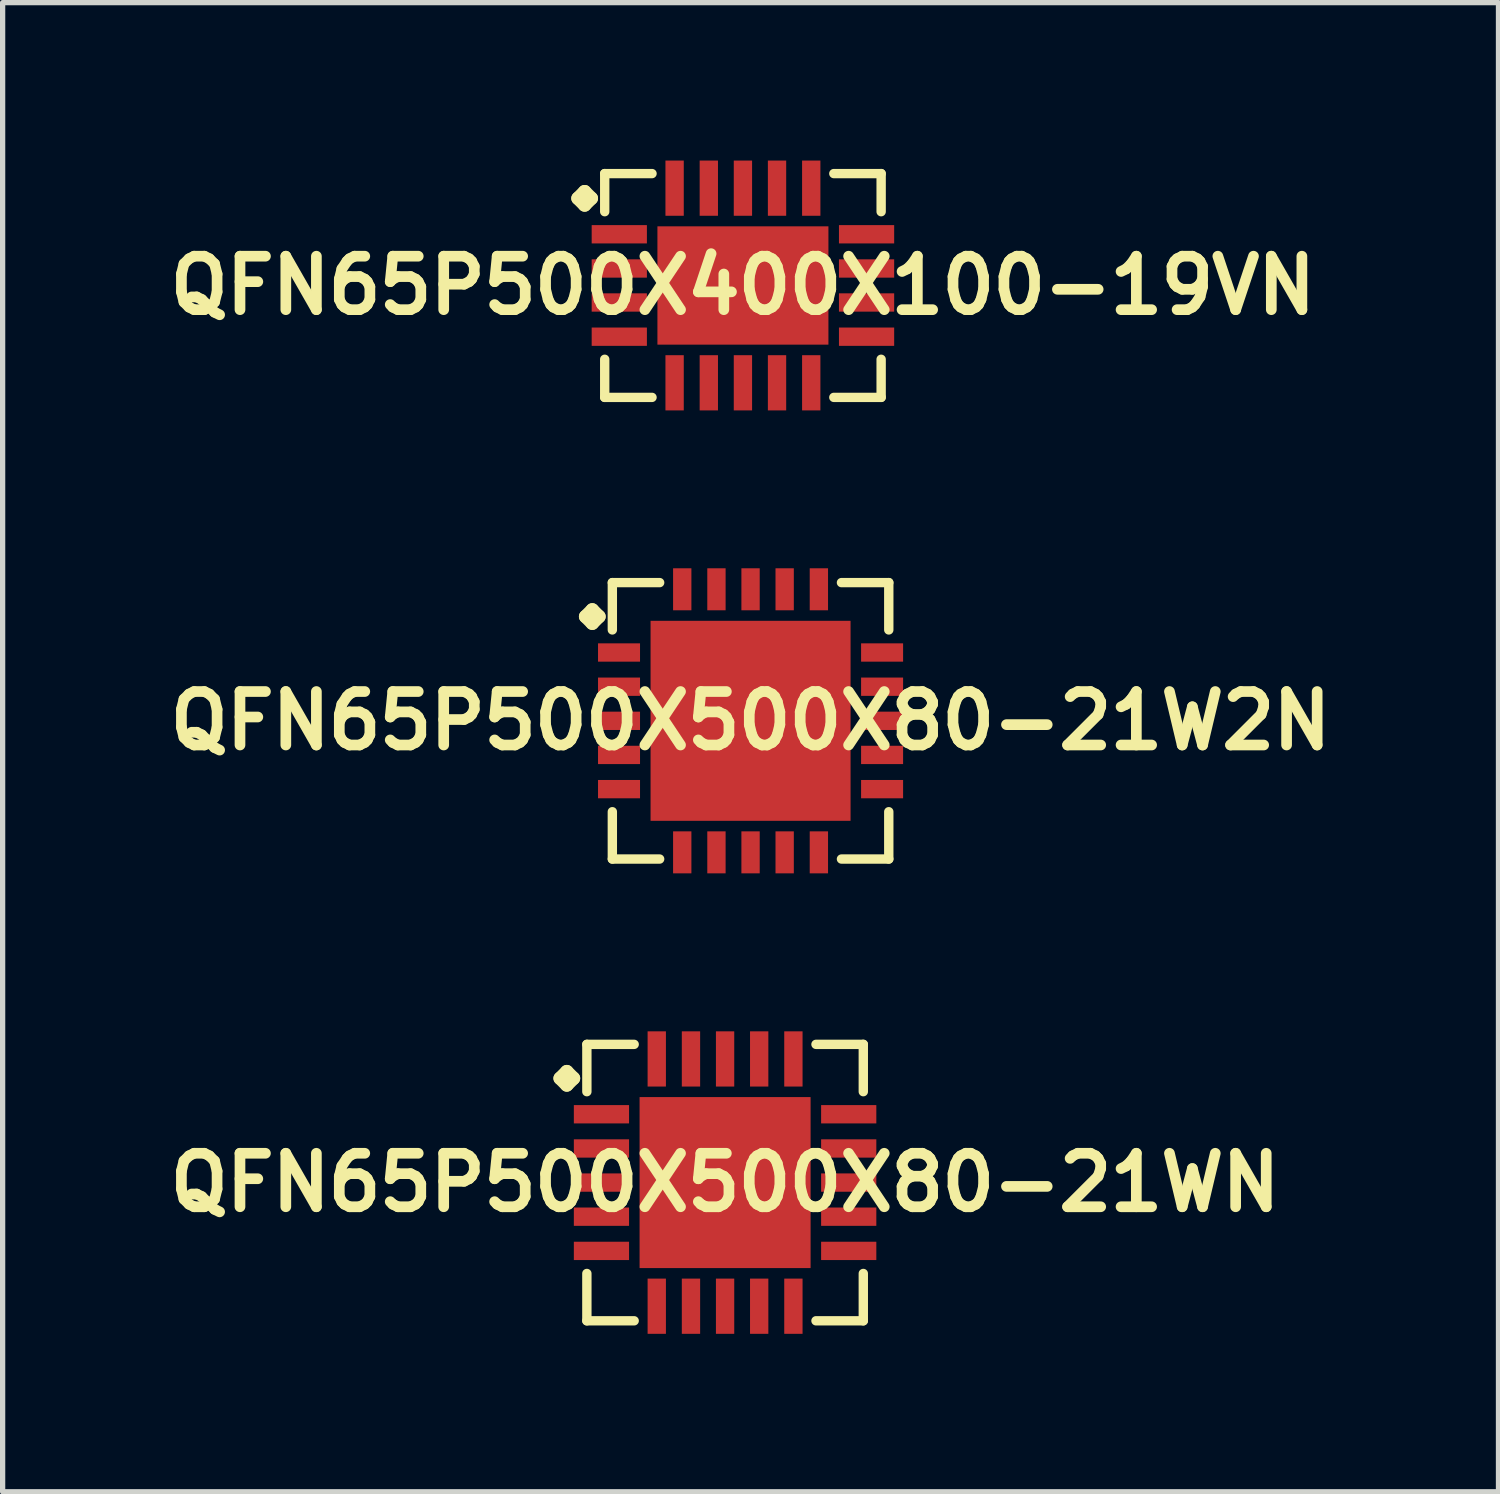
<source format=kicad_pcb>
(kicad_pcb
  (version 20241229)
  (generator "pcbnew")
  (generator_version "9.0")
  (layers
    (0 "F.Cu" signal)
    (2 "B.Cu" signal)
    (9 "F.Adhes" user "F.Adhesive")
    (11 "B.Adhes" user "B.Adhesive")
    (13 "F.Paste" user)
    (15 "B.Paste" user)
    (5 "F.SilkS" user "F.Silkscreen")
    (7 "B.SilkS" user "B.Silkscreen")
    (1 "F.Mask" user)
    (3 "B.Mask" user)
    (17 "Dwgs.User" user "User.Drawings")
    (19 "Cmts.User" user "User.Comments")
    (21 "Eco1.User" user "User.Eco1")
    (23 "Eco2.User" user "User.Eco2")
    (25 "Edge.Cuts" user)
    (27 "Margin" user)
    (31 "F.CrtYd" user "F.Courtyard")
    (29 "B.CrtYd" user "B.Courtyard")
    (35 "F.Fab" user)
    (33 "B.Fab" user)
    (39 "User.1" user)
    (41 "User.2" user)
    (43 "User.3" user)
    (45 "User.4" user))
  (footprint "QFN65P500X500X80-21WN"
    (layer "F.Cu")
    (at 10.726 19.418)
    (property "Reference" "QFN65P500X500X80-21WN" (at 0 0 0) (layer "F.SilkS") (effects (font (size 1.016 1.016) (thickness 0.203))))
    (attr smd)
    (fp_line (start -3.134 -1.981) (end -3.007 -2.108) (stroke (width 0.254) (type solid)) (layer "F.SilkS"))
    (fp_line (start -3.007 -2.108) (end -2.88 -1.981) (stroke (width 0.254) (type solid)) (layer "F.SilkS"))
    (fp_line (start -3.007 -1.854) (end -3.134 -1.981) (stroke (width 0.254) (type solid)) (layer "F.SilkS"))
    (fp_line (start -2.88 -1.981) (end -3.007 -1.854) (stroke (width 0.254) (type solid)) (layer "F.SilkS"))
    (fp_line (start -2.626 -2.626) (end -1.727 -2.626) (stroke (width 0.178) (type solid)) (layer "F.SilkS"))
    (fp_line (start -2.626 -1.727) (end -2.626 -2.626) (stroke (width 0.178) (type solid)) (layer "F.SilkS"))
    (fp_line (start -2.626 1.727) (end -2.626 2.626) (stroke (width 0.178) (type solid)) (layer "F.SilkS"))
    (fp_line (start -2.626 2.626) (end -1.727 2.626) (stroke (width 0.178) (type solid)) (layer "F.SilkS"))
    (fp_line (start 1.727 -2.626) (end 2.626 -2.626) (stroke (width 0.178) (type solid)) (layer "F.SilkS"))
    (fp_line (start 1.727 2.626) (end 2.626 2.626) (stroke (width 0.178) (type solid)) (layer "F.SilkS"))
    (fp_line (start 2.626 -2.626) (end 2.626 -1.727) (stroke (width 0.178) (type solid)) (layer "F.SilkS"))
    (fp_line (start 2.626 2.626) (end 2.626 1.727) (stroke (width 0.178) (type solid)) (layer "F.SilkS"))
    (pad "1" smd rect (at -2.349 -1.298) (size 1.049 0.348) (layers "F.Cu" "F.Mask" "F.Paste"))
    (pad "2" smd rect (at -2.349 -0.648) (size 1.049 0.348) (layers "F.Cu" "F.Mask" "F.Paste"))
    (pad "3" smd rect (at -2.349 0) (size 1.049 0.348) (layers "F.Cu" "F.Mask" "F.Paste"))
    (pad "4" smd rect (at -2.349 0.648) (size 1.049 0.348) (layers "F.Cu" "F.Mask" "F.Paste"))
    (pad "5" smd rect (at -2.349 1.298) (size 1.049 0.348) (layers "F.Cu" "F.Mask" "F.Paste"))
    (pad "6" smd rect (at -1.298 2.349) (size 0.348 1.049) (layers "F.Cu" "F.Mask" "F.Paste"))
    (pad "7" smd rect (at -0.648 2.349) (size 0.348 1.049) (layers "F.Cu" "F.Mask" "F.Paste"))
    (pad "8" smd rect (at 0 2.349) (size 0.348 1.049) (layers "F.Cu" "F.Mask" "F.Paste"))
    (pad "9" smd rect (at 0.648 2.349) (size 0.348 1.049) (layers "F.Cu" "F.Mask" "F.Paste"))
    (pad "10" smd rect (at 1.298 2.349) (size 0.348 1.049) (layers "F.Cu" "F.Mask" "F.Paste"))
    (pad "11" smd rect (at 2.349 1.298) (size 1.049 0.348) (layers "F.Cu" "F.Mask" "F.Paste"))
    (pad "12" smd rect (at 2.349 0.648) (size 1.049 0.348) (layers "F.Cu" "F.Mask" "F.Paste"))
    (pad "13" smd rect (at 2.349 0) (size 1.049 0.348) (layers "F.Cu" "F.Mask" "F.Paste"))
    (pad "14" smd rect (at 2.349 -0.648) (size 1.049 0.348) (layers "F.Cu" "F.Mask" "F.Paste"))
    (pad "15" smd rect (at 2.349 -1.298) (size 1.049 0.348) (layers "F.Cu" "F.Mask" "F.Paste"))
    (pad "16" smd rect (at 1.298 -2.349) (size 0.348 1.049) (layers "F.Cu" "F.Mask" "F.Paste"))
    (pad "17" smd rect (at 0.648 -2.349) (size 0.348 1.049) (layers "F.Cu" "F.Mask" "F.Paste"))
    (pad "18" smd rect (at 0 -2.349) (size 0.348 1.049) (layers "F.Cu" "F.Mask" "F.Paste"))
    (pad "19" smd rect (at -0.648 -2.349) (size 0.348 1.049) (layers "F.Cu" "F.Mask" "F.Paste"))
    (pad "20" smd rect (at -1.298 -2.349) (size 0.348 1.049) (layers "F.Cu" "F.Mask" "F.Paste"))
    (pad "21" smd rect (at 0 0) (size 3.249 3.249) (layers "F.Cu" "F.Mask" "F.Paste")))
  (footprint "QFN65P500X400X100-19VN"
    (layer "F.Cu")
    (at 11.065 2.374)
    (property "Reference" "QFN65P500X400X100-19VN" (at 0 0 0) (layer "F.SilkS") (effects (font (size 1.016 1.016) (thickness 0.203))))
    (attr smd)
    (fp_line (start -3.134 -1.656) (end -3.007 -1.783) (stroke (width 0.254) (type solid)) (layer "F.SilkS"))
    (fp_line (start -3.007 -1.783) (end -2.88 -1.656) (stroke (width 0.254) (type solid)) (layer "F.SilkS"))
    (fp_line (start -3.007 -1.529) (end -3.134 -1.656) (stroke (width 0.254) (type solid)) (layer "F.SilkS"))
    (fp_line (start -2.88 -1.656) (end -3.007 -1.529) (stroke (width 0.254) (type solid)) (layer "F.SilkS"))
    (fp_line (start -2.626 -2.126) (end -1.727 -2.126) (stroke (width 0.178) (type solid)) (layer "F.SilkS"))
    (fp_line (start -2.626 -1.402) (end -2.626 -2.126) (stroke (width 0.178) (type solid)) (layer "F.SilkS"))
    (fp_line (start -2.626 1.402) (end -2.626 2.126) (stroke (width 0.178) (type solid)) (layer "F.SilkS"))
    (fp_line (start -2.626 2.126) (end -1.727 2.126) (stroke (width 0.178) (type solid)) (layer "F.SilkS"))
    (fp_line (start 1.727 -2.126) (end 2.626 -2.126) (stroke (width 0.178) (type solid)) (layer "F.SilkS"))
    (fp_line (start 1.727 2.126) (end 2.626 2.126) (stroke (width 0.178) (type solid)) (layer "F.SilkS"))
    (fp_line (start 2.626 -2.126) (end 2.626 -1.402) (stroke (width 0.178) (type solid)) (layer "F.SilkS"))
    (fp_line (start 2.626 2.126) (end 2.626 1.402) (stroke (width 0.178) (type solid)) (layer "F.SilkS"))
    (pad "1" smd rect (at -2.349 -0.973) (size 1.049 0.348) (layers "F.Cu" "F.Mask" "F.Paste"))
    (pad "2" smd rect (at -2.349 -0.323) (size 1.049 0.348) (layers "F.Cu" "F.Mask" "F.Paste"))
    (pad "3" smd rect (at -2.349 0.323) (size 1.049 0.348) (layers "F.Cu" "F.Mask" "F.Paste"))
    (pad "4" smd rect (at -2.349 0.973) (size 1.049 0.348) (layers "F.Cu" "F.Mask" "F.Paste"))
    (pad "5" smd rect (at -1.298 1.849) (size 0.348 1.049) (layers "F.Cu" "F.Mask" "F.Paste"))
    (pad "6" smd rect (at -0.648 1.849) (size 0.348 1.049) (layers "F.Cu" "F.Mask" "F.Paste"))
    (pad "7" smd rect (at 0 1.849) (size 0.348 1.049) (layers "F.Cu" "F.Mask" "F.Paste"))
    (pad "8" smd rect (at 0.648 1.849) (size 0.348 1.049) (layers "F.Cu" "F.Mask" "F.Paste"))
    (pad "9" smd rect (at 1.298 1.849) (size 0.348 1.049) (layers "F.Cu" "F.Mask" "F.Paste"))
    (pad "10" smd rect (at 2.349 0.973) (size 1.049 0.348) (layers "F.Cu" "F.Mask" "F.Paste"))
    (pad "11" smd rect (at 2.349 0.323) (size 1.049 0.348) (layers "F.Cu" "F.Mask" "F.Paste"))
    (pad "12" smd rect (at 2.349 -0.323) (size 1.049 0.348) (layers "F.Cu" "F.Mask" "F.Paste"))
    (pad "13" smd rect (at 2.349 -0.973) (size 1.049 0.348) (layers "F.Cu" "F.Mask" "F.Paste"))
    (pad "14" smd rect (at 1.298 -1.849) (size 0.348 1.049) (layers "F.Cu" "F.Mask" "F.Paste"))
    (pad "15" smd rect (at 0.648 -1.849) (size 0.348 1.049) (layers "F.Cu" "F.Mask" "F.Paste"))
    (pad "16" smd rect (at 0 -1.849) (size 0.348 1.049) (layers "F.Cu" "F.Mask" "F.Paste"))
    (pad "17" smd rect (at -0.648 -1.849) (size 0.348 1.049) (layers "F.Cu" "F.Mask" "F.Paste"))
    (pad "18" smd rect (at -1.298 -1.849) (size 0.348 1.049) (layers "F.Cu" "F.Mask" "F.Paste"))
    (pad "19" smd rect (at 0 0) (size 3.249 2.248) (layers "F.Cu" "F.Mask" "F.Paste")))
  (footprint "QFN65P500X500X80-21W2N"
    (layer "F.Cu")
    (at 11.21 10.645)
    (property "Reference" "QFN65P500X500X80-21W2N" (at 0 0 0) (layer "F.SilkS") (effects (font (size 1.016 1.016) (thickness 0.203))))
    (attr smd)
    (fp_line (start -3.134 -1.981) (end -3.007 -2.108) (stroke (width 0.254) (type solid)) (layer "F.SilkS"))
    (fp_line (start -3.007 -2.108) (end -2.88 -1.981) (stroke (width 0.254) (type solid)) (layer "F.SilkS"))
    (fp_line (start -3.007 -1.854) (end -3.134 -1.981) (stroke (width 0.254) (type solid)) (layer "F.SilkS"))
    (fp_line (start -2.88 -1.981) (end -3.007 -1.854) (stroke (width 0.254) (type solid)) (layer "F.SilkS"))
    (fp_line (start -2.626 -2.626) (end -1.727 -2.626) (stroke (width 0.178) (type solid)) (layer "F.SilkS"))
    (fp_line (start -2.626 -1.727) (end -2.626 -2.626) (stroke (width 0.178) (type solid)) (layer "F.SilkS"))
    (fp_line (start -2.626 1.727) (end -2.626 2.626) (stroke (width 0.178) (type solid)) (layer "F.SilkS"))
    (fp_line (start -2.626 2.626) (end -1.727 2.626) (stroke (width 0.178) (type solid)) (layer "F.SilkS"))
    (fp_line (start 1.727 -2.626) (end 2.626 -2.626) (stroke (width 0.178) (type solid)) (layer "F.SilkS"))
    (fp_line (start 1.727 2.626) (end 2.626 2.626) (stroke (width 0.178) (type solid)) (layer "F.SilkS"))
    (fp_line (start 2.626 -2.626) (end 2.626 -1.727) (stroke (width 0.178) (type solid)) (layer "F.SilkS"))
    (fp_line (start 2.626 2.626) (end 2.626 1.727) (stroke (width 0.178) (type solid)) (layer "F.SilkS"))
    (pad "1" smd rect (at -2.499 -1.298) (size 0.798 0.348) (layers "F.Cu" "F.Mask" "F.Paste"))
    (pad "2" smd rect (at -2.499 -0.648) (size 0.798 0.348) (layers "F.Cu" "F.Mask" "F.Paste"))
    (pad "3" smd rect (at -2.499 0) (size 0.798 0.348) (layers "F.Cu" "F.Mask" "F.Paste"))
    (pad "4" smd rect (at -2.499 0.648) (size 0.798 0.348) (layers "F.Cu" "F.Mask" "F.Paste"))
    (pad "5" smd rect (at -2.499 1.298) (size 0.798 0.348) (layers "F.Cu" "F.Mask" "F.Paste"))
    (pad "6" smd rect (at -1.298 2.499) (size 0.348 0.798) (layers "F.Cu" "F.Mask" "F.Paste"))
    (pad "7" smd rect (at -0.648 2.499) (size 0.348 0.798) (layers "F.Cu" "F.Mask" "F.Paste"))
    (pad "8" smd rect (at 0 2.499) (size 0.348 0.798) (layers "F.Cu" "F.Mask" "F.Paste"))
    (pad "9" smd rect (at 0.648 2.499) (size 0.348 0.798) (layers "F.Cu" "F.Mask" "F.Paste"))
    (pad "10" smd rect (at 1.298 2.499) (size 0.348 0.798) (layers "F.Cu" "F.Mask" "F.Paste"))
    (pad "11" smd rect (at 2.499 1.298) (size 0.798 0.348) (layers "F.Cu" "F.Mask" "F.Paste"))
    (pad "12" smd rect (at 2.499 0.648) (size 0.798 0.348) (layers "F.Cu" "F.Mask" "F.Paste"))
    (pad "13" smd rect (at 2.499 0) (size 0.798 0.348) (layers "F.Cu" "F.Mask" "F.Paste"))
    (pad "14" smd rect (at 2.499 -0.648) (size 0.798 0.348) (layers "F.Cu" "F.Mask" "F.Paste"))
    (pad "15" smd rect (at 2.499 -1.298) (size 0.798 0.348) (layers "F.Cu" "F.Mask" "F.Paste"))
    (pad "16" smd rect (at 1.298 -2.499) (size 0.348 0.798) (layers "F.Cu" "F.Mask" "F.Paste"))
    (pad "17" smd rect (at 0.648 -2.499) (size 0.348 0.798) (layers "F.Cu" "F.Mask" "F.Paste"))
    (pad "18" smd rect (at 0 -2.499) (size 0.348 0.798) (layers "F.Cu" "F.Mask" "F.Paste"))
    (pad "19" smd rect (at -0.648 -2.499) (size 0.348 0.798) (layers "F.Cu" "F.Mask" "F.Paste"))
    (pad "20" smd rect (at -1.298 -2.499) (size 0.348 0.798) (layers "F.Cu" "F.Mask" "F.Paste"))
    (pad "21" smd rect (at 0 0) (size 3.8 3.8) (layers "F.Cu" "F.Mask" "F.Paste")))
  (gr_rect
    (start -3 -3)
    (end 25.42 25.292)
    (stroke (width 0.1) (type default))
    (fill no)
    (layer "Edge.Cuts")))
</source>
